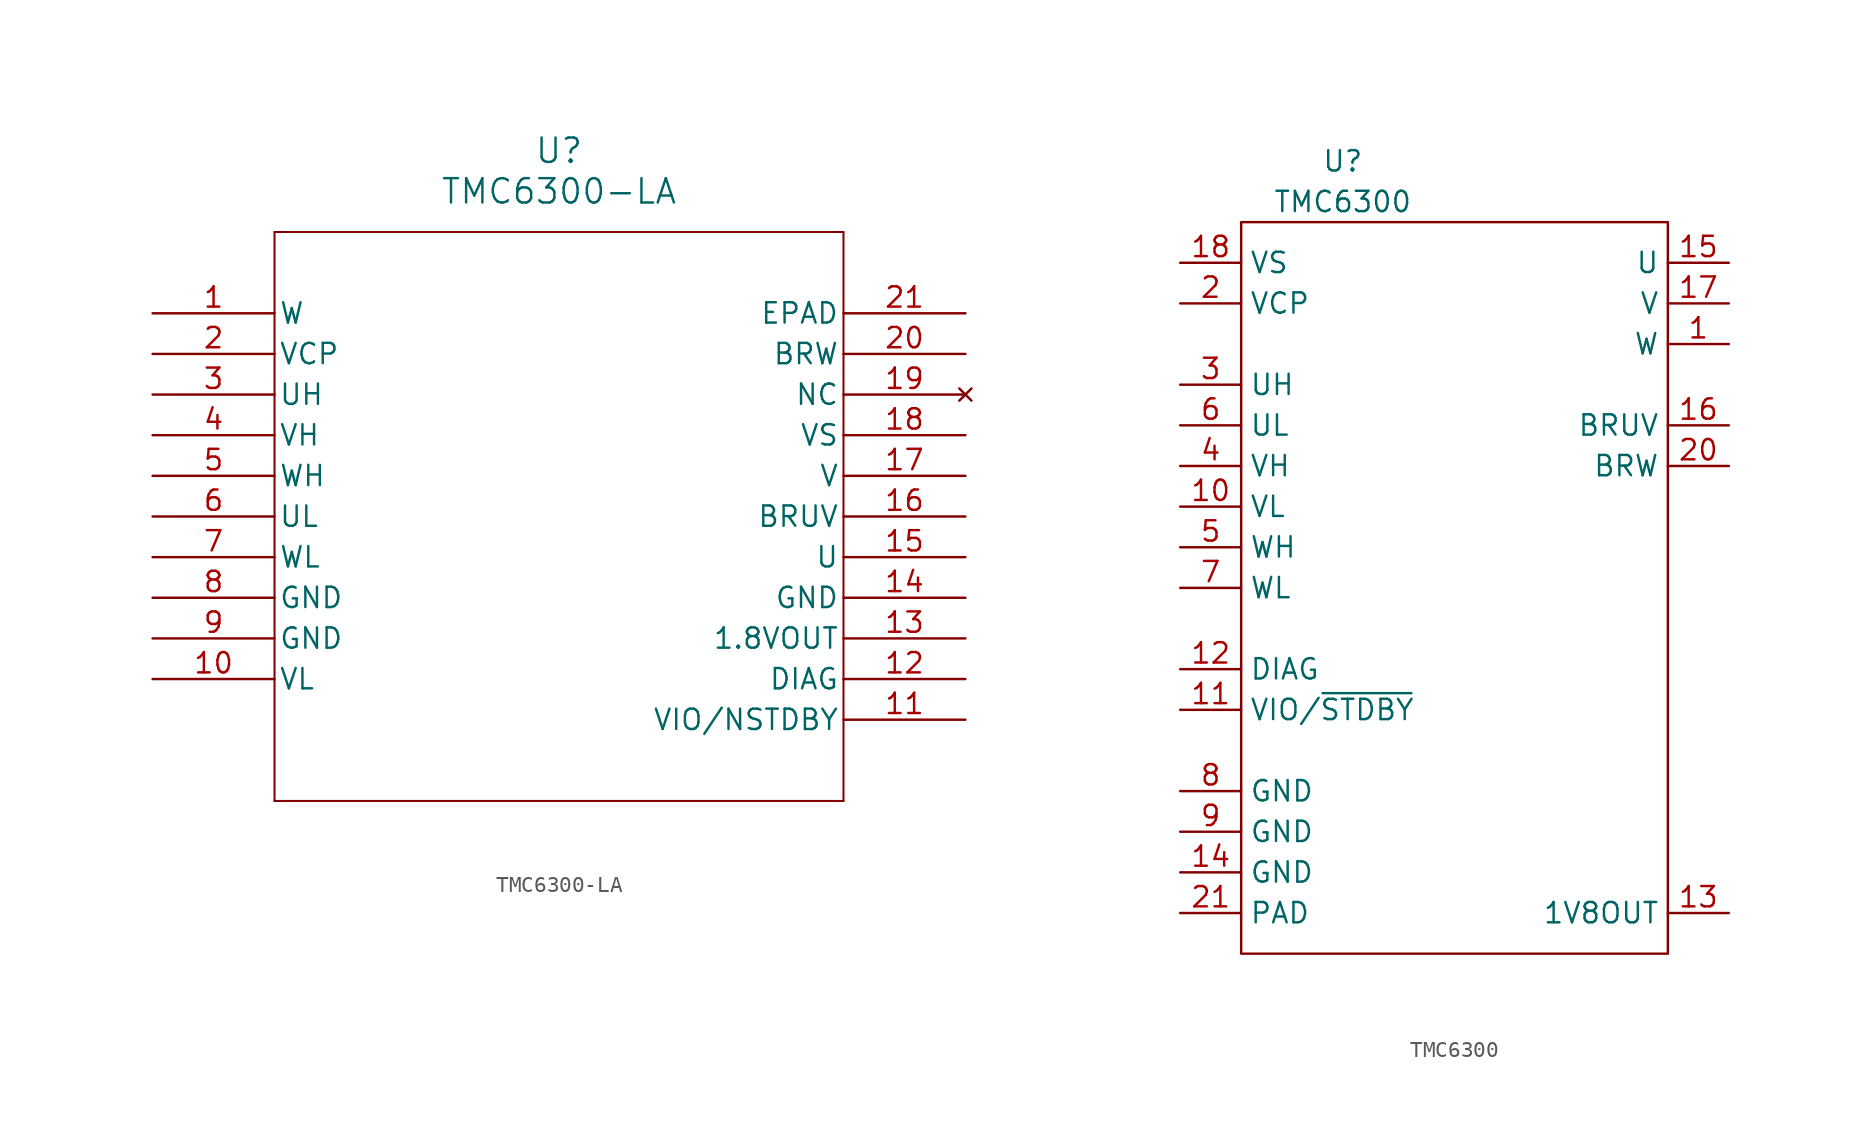
<source format=kicad_sym>
(kicad_symbol_lib
  (version 20220914)
  (generator kicad_symbol_editor)
  (symbol "TMC6300-LA"
    (pin_names
      (offset 0.254))
    (property "Reference" "U"
      (at 25.4 10.16 0)
      (effects (font (size 1.524 1.524))))
    (property "Value" "TMC6300-LA"
      (at 25.4 7.62 0)
      (effects (font (size 1.524 1.524))))
    (property "ki_locked" ""
      (at 0 0 0)
      (effects (font (size 1.27 1.27))))
    (symbol "TMC6300-LA_0_1"
      (polyline (pts (xy 7.62 -30.48) (xy 43.18 -30.48)) (stroke (width 0.127) (type default)) (fill (type none)))
      (polyline (pts (xy 7.62 5.08) (xy 7.62 -30.48)) (stroke (width 0.127) (type default)) (fill (type none)))
      (polyline (pts (xy 43.18 -30.48) (xy 43.18 5.08)) (stroke (width 0.127) (type default)) (fill (type none)))
      (polyline (pts (xy 43.18 5.08) (xy 7.62 5.08)) (stroke (width 0.127) (type default)) (fill (type none)))
      (pin unspecified line (at 0 0 0) (length 7.62) (name "W" (effects (font (size 1.27 1.27)))) (number "1" (effects (font (size 1.27 1.27)))))
      (pin power_in line (at 0 -22.86 0) (length 7.62) (name "VL" (effects (font (size 1.27 1.27)))) (number "10" (effects (font (size 1.27 1.27)))))
      (pin unspecified line (at 50.8 -25.4 180) (length 7.62) (name "VIO/NSTDBY" (effects (font (size 1.27 1.27)))) (number "11" (effects (font (size 1.27 1.27)))))
      (pin unspecified line (at 50.8 -22.86 180) (length 7.62) (name "DIAG" (effects (font (size 1.27 1.27)))) (number "12" (effects (font (size 1.27 1.27)))))
      (pin output line (at 50.8 -20.32 180) (length 7.62) (name "1.8VOUT" (effects (font (size 1.27 1.27)))) (number "13" (effects (font (size 1.27 1.27)))))
      (pin power_in line (at 50.8 -17.78 180) (length 7.62) (name "GND" (effects (font (size 1.27 1.27)))) (number "14" (effects (font (size 1.27 1.27)))))
      (pin unspecified line (at 50.8 -15.24 180) (length 7.62) (name "U" (effects (font (size 1.27 1.27)))) (number "15" (effects (font (size 1.27 1.27)))))
      (pin unspecified line (at 50.8 -12.7 180) (length 7.62) (name "BRUV" (effects (font (size 1.27 1.27)))) (number "16" (effects (font (size 1.27 1.27)))))
      (pin power_in line (at 50.8 -10.16 180) (length 7.62) (name "V" (effects (font (size 1.27 1.27)))) (number "17" (effects (font (size 1.27 1.27)))))
      (pin power_in line (at 50.8 -7.62 180) (length 7.62) (name "VS" (effects (font (size 1.27 1.27)))) (number "18" (effects (font (size 1.27 1.27)))))
      (pin no_connect line (at 50.8 -5.08 180) (length 7.62) (name "NC" (effects (font (size 1.27 1.27)))) (number "19" (effects (font (size 1.27 1.27)))))
      (pin unspecified line (at 0 -2.54 0) (length 7.62) (name "VCP" (effects (font (size 1.27 1.27)))) (number "2" (effects (font (size 1.27 1.27)))))
      (pin unspecified line (at 50.8 -2.54 180) (length 7.62) (name "BRW" (effects (font (size 1.27 1.27)))) (number "20" (effects (font (size 1.27 1.27)))))
      (pin unspecified line (at 50.8 0 180) (length 7.62) (name "EPAD" (effects (font (size 1.27 1.27)))) (number "21" (effects (font (size 1.27 1.27)))))
      (pin unspecified line (at 0 -5.08 0) (length 7.62) (name "UH" (effects (font (size 1.27 1.27)))) (number "3" (effects (font (size 1.27 1.27)))))
      (pin unspecified line (at 0 -7.62 0) (length 7.62) (name "VH" (effects (font (size 1.27 1.27)))) (number "4" (effects (font (size 1.27 1.27)))))
      (pin unspecified line (at 0 -10.16 0) (length 7.62) (name "WH" (effects (font (size 1.27 1.27)))) (number "5" (effects (font (size 1.27 1.27)))))
      (pin unspecified line (at 0 -12.7 0) (length 7.62) (name "UL" (effects (font (size 1.27 1.27)))) (number "6" (effects (font (size 1.27 1.27)))))
      (pin unspecified line (at 0 -15.24 0) (length 7.62) (name "WL" (effects (font (size 1.27 1.27)))) (number "7" (effects (font (size 1.27 1.27)))))
      (pin power_in line (at 0 -17.78 0) (length 7.62) (name "GND" (effects (font (size 1.27 1.27)))) (number "8" (effects (font (size 1.27 1.27)))))
      (pin power_in line (at 0 -20.32 0) (length 7.62) (name "GND" (effects (font (size 1.27 1.27)))) (number "9" (effects (font (size 1.27 1.27)))))))
  (symbol "TMC6300"
    (property "Reference" "U"
      (at 6.35 3.81 0)
      (effects (font (size 1.27 1.27))))
    (property "Value" "TMC6300"
      (at 6.35 1.27 0)
      (effects (font (size 1.27 1.27))))
    (symbol "TMC6300_0_1"
      (rectangle (start 0 0) (end 26.67 -45.72) (stroke (width 0) (type default)) (fill (type none))))
    (symbol "TMC6300_1_1"
      (pin power_out line (at 30.48 -7.62 180) (length 3.81) (name "W" (effects (font (size 1.27 1.27)))) (number "1" (effects (font (size 1.27 1.27)))))
      (pin passive line (at -3.81 -17.78 0) (length 3.81) (name "VL" (effects (font (size 1.27 1.27)))) (number "10" (effects (font (size 1.27 1.27)))))
      (pin unspecified line (at -3.81 -30.48 0) (length 3.81) (name "VIO/~{STDBY}" (effects (font (size 1.27 1.27)))) (number "11" (effects (font (size 1.27 1.27)))))
      (pin unspecified line (at -3.81 -27.94 0) (length 3.81) (name "DIAG" (effects (font (size 1.27 1.27)))) (number "12" (effects (font (size 1.27 1.27)))))
      (pin power_out line (at 30.48 -43.18 180) (length 3.81) (name "1V8OUT" (effects (font (size 1.27 1.27)))) (number "13" (effects (font (size 1.27 1.27)))))
      (pin power_in line (at -3.81 -40.64 0) (length 3.81) (name "GND" (effects (font (size 1.27 1.27)))) (number "14" (effects (font (size 1.27 1.27)))))
      (pin power_out line (at 30.48 -2.54 180) (length 3.81) (name "U" (effects (font (size 1.27 1.27)))) (number "15" (effects (font (size 1.27 1.27)))))
      (pin unspecified line (at 30.48 -12.7 180) (length 3.81) (name "BRUV" (effects (font (size 1.27 1.27)))) (number "16" (effects (font (size 1.27 1.27)))))
      (pin power_out line (at 30.48 -5.08 180) (length 3.81) (name "V" (effects (font (size 1.27 1.27)))) (number "17" (effects (font (size 1.27 1.27)))))
      (pin power_in line (at -3.81 -2.54 0) (length 3.81) (name "VS" (effects (font (size 1.27 1.27)))) (number "18" (effects (font (size 1.27 1.27)))))
      (pin power_in line (at -3.81 -5.08 0) (length 3.81) (name "VCP" (effects (font (size 1.27 1.27)))) (number "2" (effects (font (size 1.27 1.27)))))
      (pin unspecified line (at 30.48 -15.24 180) (length 3.81) (name "BRW" (effects (font (size 1.27 1.27)))) (number "20" (effects (font (size 1.27 1.27)))))
      (pin power_in line (at -3.81 -43.18 0) (length 3.81) (name "PAD" (effects (font (size 1.27 1.27)))) (number "21" (effects (font (size 1.27 1.27)))))
      (pin passive line (at -3.81 -10.16 0) (length 3.81) (name "UH" (effects (font (size 1.27 1.27)))) (number "3" (effects (font (size 1.27 1.27)))))
      (pin passive line (at -3.81 -15.24 0) (length 3.81) (name "VH" (effects (font (size 1.27 1.27)))) (number "4" (effects (font (size 1.27 1.27)))))
      (pin passive line (at -3.81 -20.32 0) (length 3.81) (name "WH" (effects (font (size 1.27 1.27)))) (number "5" (effects (font (size 1.27 1.27)))))
      (pin passive line (at -3.81 -12.7 0) (length 3.81) (name "UL" (effects (font (size 1.27 1.27)))) (number "6" (effects (font (size 1.27 1.27)))))
      (pin passive line (at -3.81 -22.86 0) (length 3.81) (name "WL" (effects (font (size 1.27 1.27)))) (number "7" (effects (font (size 1.27 1.27)))))
      (pin power_in line (at -3.81 -35.56 0) (length 3.81) (name "GND" (effects (font (size 1.27 1.27)))) (number "8" (effects (font (size 1.27 1.27)))))
      (pin power_in line (at -3.81 -38.1 0) (length 3.81) (name "GND" (effects (font (size 1.27 1.27)))) (number "9" (effects (font (size 1.27 1.27))))))))
</source>
